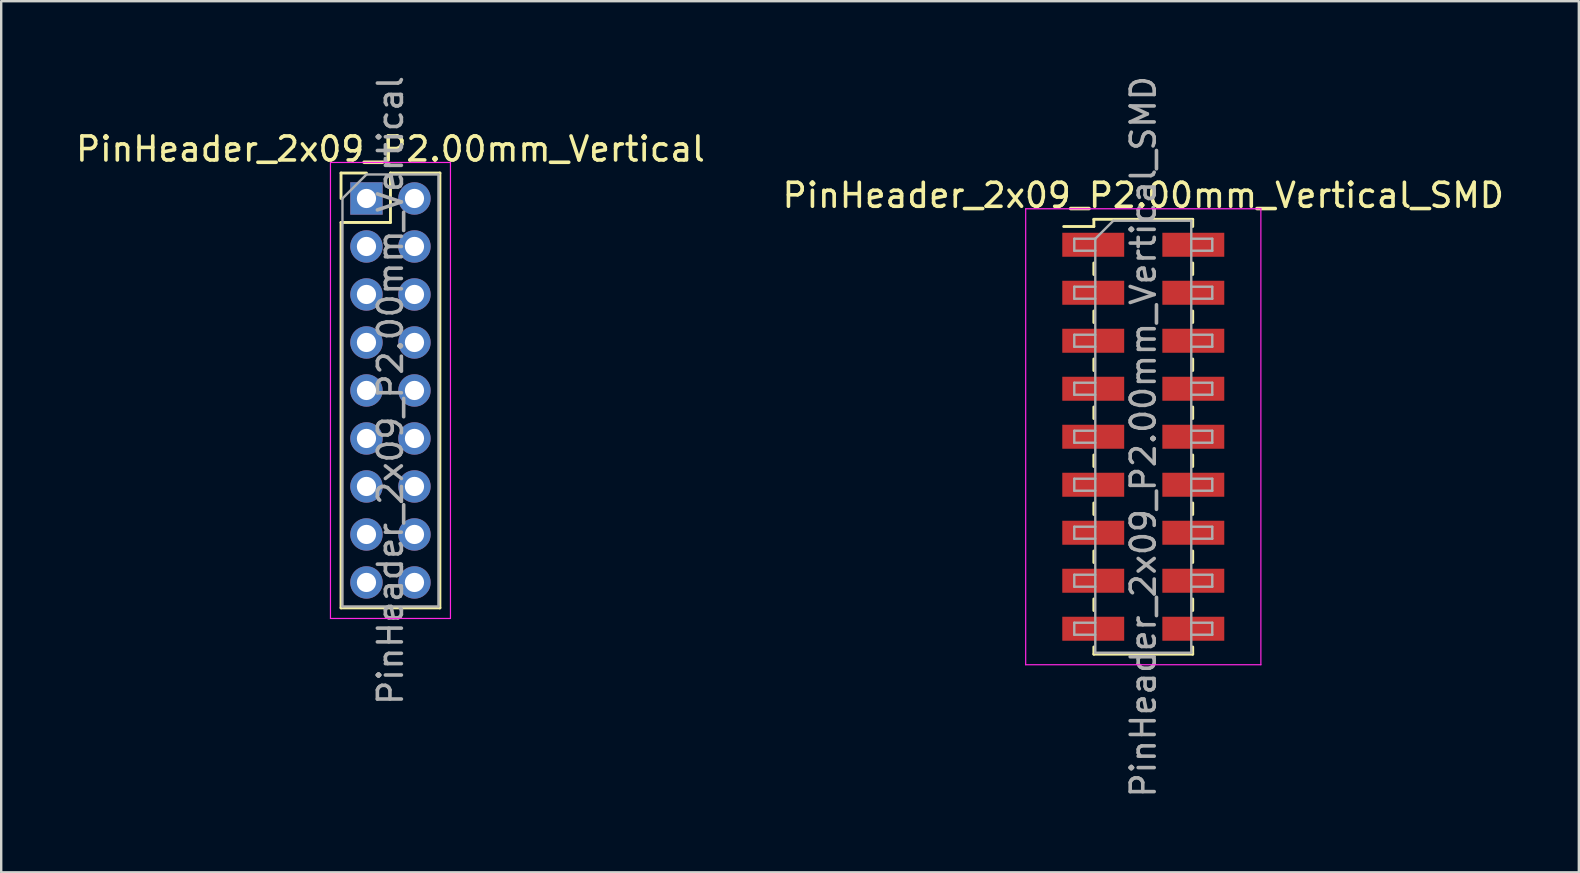
<source format=kicad_pcb>
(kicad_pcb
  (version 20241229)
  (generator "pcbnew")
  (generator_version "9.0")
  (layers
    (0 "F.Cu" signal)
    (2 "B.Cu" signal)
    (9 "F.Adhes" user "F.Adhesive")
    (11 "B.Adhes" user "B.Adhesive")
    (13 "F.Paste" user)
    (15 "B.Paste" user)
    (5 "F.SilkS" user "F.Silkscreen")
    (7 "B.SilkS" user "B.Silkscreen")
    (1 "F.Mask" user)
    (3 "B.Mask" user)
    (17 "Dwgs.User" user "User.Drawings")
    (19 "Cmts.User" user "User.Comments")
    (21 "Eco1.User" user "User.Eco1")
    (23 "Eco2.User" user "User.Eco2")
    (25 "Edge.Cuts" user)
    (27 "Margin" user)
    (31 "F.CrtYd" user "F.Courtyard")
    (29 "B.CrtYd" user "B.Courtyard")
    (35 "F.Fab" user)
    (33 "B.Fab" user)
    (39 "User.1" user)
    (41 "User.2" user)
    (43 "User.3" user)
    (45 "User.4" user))
  (footprint "PinHeader_2x09_P2.00mm_Vertical"
    (layer "F.Cu")
    (at 12.22 5.22)
    (property "Reference" "PinHeader_2x09_P2.00mm_Vertical" (at 1 -2.06 0) (layer "F.SilkS") (effects (font (size 1 1) (thickness 0.15))))
    (attr through_hole)
    (fp_line (start -1.06 -1.06) (end 0 -1.06) (stroke (width 0.12) (type solid)) (layer "F.SilkS"))
    (fp_line (start -1.06 0) (end -1.06 -1.06) (stroke (width 0.12) (type solid)) (layer "F.SilkS"))
    (fp_line (start -1.06 1) (end -1.06 17.06) (stroke (width 0.12) (type solid)) (layer "F.SilkS"))
    (fp_line (start -1.06 1) (end 1 1) (stroke (width 0.12) (type solid)) (layer "F.SilkS"))
    (fp_line (start -1.06 17.06) (end 3.06 17.06) (stroke (width 0.12) (type solid)) (layer "F.SilkS"))
    (fp_line (start 1 -1.06) (end 3.06 -1.06) (stroke (width 0.12) (type solid)) (layer "F.SilkS"))
    (fp_line (start 1 1) (end 1 -1.06) (stroke (width 0.12) (type solid)) (layer "F.SilkS"))
    (fp_line (start 3.06 -1.06) (end 3.06 17.06) (stroke (width 0.12) (type solid)) (layer "F.SilkS"))
    (fp_line (start -1.5 -1.5) (end -1.5 17.5) (stroke (width 0.05) (type solid)) (layer "F.CrtYd"))
    (fp_line (start -1.5 17.5) (end 3.5 17.5) (stroke (width 0.05) (type solid)) (layer "F.CrtYd"))
    (fp_line (start 3.5 -1.5) (end -1.5 -1.5) (stroke (width 0.05) (type solid)) (layer "F.CrtYd"))
    (fp_line (start 3.5 17.5) (end 3.5 -1.5) (stroke (width 0.05) (type solid)) (layer "F.CrtYd"))
    (fp_line (start -1 0) (end 0 -1) (stroke (width 0.1) (type solid)) (layer "F.Fab"))
    (fp_line (start -1 17) (end -1 0) (stroke (width 0.1) (type solid)) (layer "F.Fab"))
    (fp_line (start 0 -1) (end 3 -1) (stroke (width 0.1) (type solid)) (layer "F.Fab"))
    (fp_line (start 3 -1) (end 3 17) (stroke (width 0.1) (type solid)) (layer "F.Fab"))
    (fp_line (start 3 17) (end -1 17) (stroke (width 0.1) (type solid)) (layer "F.Fab"))
    (fp_text user "${REFERENCE}" (at 1 8 90) (layer "F.Fab") (effects (font (size 1 1) (thickness 0.15))))
    (pad "1" thru_hole rect (at 0 0) (size 1.35 1.35) (drill 0.8) (layers "*.Cu" "*.Mask"))
    (pad "2" thru_hole oval (at 2 0) (size 1.35 1.35) (drill 0.8) (layers "*.Cu" "*.Mask"))
    (pad "3" thru_hole oval (at 0 2) (size 1.35 1.35) (drill 0.8) (layers "*.Cu" "*.Mask"))
    (pad "4" thru_hole oval (at 2 2) (size 1.35 1.35) (drill 0.8) (layers "*.Cu" "*.Mask"))
    (pad "5" thru_hole oval (at 0 4) (size 1.35 1.35) (drill 0.8) (layers "*.Cu" "*.Mask"))
    (pad "6" thru_hole oval (at 2 4) (size 1.35 1.35) (drill 0.8) (layers "*.Cu" "*.Mask"))
    (pad "7" thru_hole oval (at 0 6) (size 1.35 1.35) (drill 0.8) (layers "*.Cu" "*.Mask"))
    (pad "8" thru_hole oval (at 2 6) (size 1.35 1.35) (drill 0.8) (layers "*.Cu" "*.Mask"))
    (pad "9" thru_hole oval (at 0 8) (size 1.35 1.35) (drill 0.8) (layers "*.Cu" "*.Mask"))
    (pad "10" thru_hole oval (at 2 8) (size 1.35 1.35) (drill 0.8) (layers "*.Cu" "*.Mask"))
    (pad "11" thru_hole oval (at 0 10) (size 1.35 1.35) (drill 0.8) (layers "*.Cu" "*.Mask"))
    (pad "12" thru_hole oval (at 2 10) (size 1.35 1.35) (drill 0.8) (layers "*.Cu" "*.Mask"))
    (pad "13" thru_hole oval (at 0 12) (size 1.35 1.35) (drill 0.8) (layers "*.Cu" "*.Mask"))
    (pad "14" thru_hole oval (at 2 12) (size 1.35 1.35) (drill 0.8) (layers "*.Cu" "*.Mask"))
    (pad "15" thru_hole oval (at 0 14) (size 1.35 1.35) (drill 0.8) (layers "*.Cu" "*.Mask"))
    (pad "16" thru_hole oval (at 2 14) (size 1.35 1.35) (drill 0.8) (layers "*.Cu" "*.Mask"))
    (pad "17" thru_hole oval (at 0 16) (size 1.35 1.35) (drill 0.8) (layers "*.Cu" "*.Mask"))
    (pad "18" thru_hole oval (at 2 16) (size 1.35 1.35) (drill 0.8) (layers "*.Cu" "*.Mask")))
  (footprint "PinHeader_2x09_P2.00mm_Vertical_SMD"
    (layer "F.Cu")
    (at 44.589 15.149)
    (property "Reference" "PinHeader_2x09_P2.00mm_Vertical_SMD" (at 0 -10.06 0) (layer "F.SilkS") (effects (font (size 1 1) (thickness 0.15))))
    (attr smd)
    (fp_line (start -3.315 -8.76) (end -2.06 -8.76) (stroke (width 0.12) (type solid)) (layer "F.SilkS"))
    (fp_line (start -2.06 -9.06) (end -2.06 -8.76) (stroke (width 0.12) (type solid)) (layer "F.SilkS"))
    (fp_line (start -2.06 -9.06) (end 2.06 -9.06) (stroke (width 0.12) (type solid)) (layer "F.SilkS"))
    (fp_line (start -2.06 -7.24) (end -2.06 -6.76) (stroke (width 0.12) (type solid)) (layer "F.SilkS"))
    (fp_line (start -2.06 -5.24) (end -2.06 -4.76) (stroke (width 0.12) (type solid)) (layer "F.SilkS"))
    (fp_line (start -2.06 -3.24) (end -2.06 -2.76) (stroke (width 0.12) (type solid)) (layer "F.SilkS"))
    (fp_line (start -2.06 -1.24) (end -2.06 -0.76) (stroke (width 0.12) (type solid)) (layer "F.SilkS"))
    (fp_line (start -2.06 0.76) (end -2.06 1.24) (stroke (width 0.12) (type solid)) (layer "F.SilkS"))
    (fp_line (start -2.06 2.76) (end -2.06 3.24) (stroke (width 0.12) (type solid)) (layer "F.SilkS"))
    (fp_line (start -2.06 4.76) (end -2.06 5.24) (stroke (width 0.12) (type solid)) (layer "F.SilkS"))
    (fp_line (start -2.06 6.76) (end -2.06 7.24) (stroke (width 0.12) (type solid)) (layer "F.SilkS"))
    (fp_line (start -2.06 8.76) (end -2.06 9.06) (stroke (width 0.12) (type solid)) (layer "F.SilkS"))
    (fp_line (start -2.06 9.06) (end 2.06 9.06) (stroke (width 0.12) (type solid)) (layer "F.SilkS"))
    (fp_line (start 2.06 -9.06) (end 2.06 -8.76) (stroke (width 0.12) (type solid)) (layer "F.SilkS"))
    (fp_line (start 2.06 -7.24) (end 2.06 -6.76) (stroke (width 0.12) (type solid)) (layer "F.SilkS"))
    (fp_line (start 2.06 -5.24) (end 2.06 -4.76) (stroke (width 0.12) (type solid)) (layer "F.SilkS"))
    (fp_line (start 2.06 -3.24) (end 2.06 -2.76) (stroke (width 0.12) (type solid)) (layer "F.SilkS"))
    (fp_line (start 2.06 -1.24) (end 2.06 -0.76) (stroke (width 0.12) (type solid)) (layer "F.SilkS"))
    (fp_line (start 2.06 0.76) (end 2.06 1.24) (stroke (width 0.12) (type solid)) (layer "F.SilkS"))
    (fp_line (start 2.06 2.76) (end 2.06 3.24) (stroke (width 0.12) (type solid)) (layer "F.SilkS"))
    (fp_line (start 2.06 4.76) (end 2.06 5.24) (stroke (width 0.12) (type solid)) (layer "F.SilkS"))
    (fp_line (start 2.06 6.76) (end 2.06 7.24) (stroke (width 0.12) (type solid)) (layer "F.SilkS"))
    (fp_line (start 2.06 8.76) (end 2.06 9.06) (stroke (width 0.12) (type solid)) (layer "F.SilkS"))
    (fp_line (start -4.9 -9.5) (end -4.9 9.5) (stroke (width 0.05) (type solid)) (layer "F.CrtYd"))
    (fp_line (start -4.9 9.5) (end 4.9 9.5) (stroke (width 0.05) (type solid)) (layer "F.CrtYd"))
    (fp_line (start 4.9 -9.5) (end -4.9 -9.5) (stroke (width 0.05) (type solid)) (layer "F.CrtYd"))
    (fp_line (start 4.9 9.5) (end 4.9 -9.5) (stroke (width 0.05) (type solid)) (layer "F.CrtYd"))
    (fp_line (start -2.875 -8.25) (end -2.875 -7.75) (stroke (width 0.1) (type solid)) (layer "F.Fab"))
    (fp_line (start -2.875 -7.75) (end -2 -7.75) (stroke (width 0.1) (type solid)) (layer "F.Fab"))
    (fp_line (start -2.875 -6.25) (end -2.875 -5.75) (stroke (width 0.1) (type solid)) (layer "F.Fab"))
    (fp_line (start -2.875 -5.75) (end -2 -5.75) (stroke (width 0.1) (type solid)) (layer "F.Fab"))
    (fp_line (start -2.875 -4.25) (end -2.875 -3.75) (stroke (width 0.1) (type solid)) (layer "F.Fab"))
    (fp_line (start -2.875 -3.75) (end -2 -3.75) (stroke (width 0.1) (type solid)) (layer "F.Fab"))
    (fp_line (start -2.875 -2.25) (end -2.875 -1.75) (stroke (width 0.1) (type solid)) (layer "F.Fab"))
    (fp_line (start -2.875 -1.75) (end -2 -1.75) (stroke (width 0.1) (type solid)) (layer "F.Fab"))
    (fp_line (start -2.875 -0.25) (end -2.875 0.25) (stroke (width 0.1) (type solid)) (layer "F.Fab"))
    (fp_line (start -2.875 0.25) (end -2 0.25) (stroke (width 0.1) (type solid)) (layer "F.Fab"))
    (fp_line (start -2.875 1.75) (end -2.875 2.25) (stroke (width 0.1) (type solid)) (layer "F.Fab"))
    (fp_line (start -2.875 2.25) (end -2 2.25) (stroke (width 0.1) (type solid)) (layer "F.Fab"))
    (fp_line (start -2.875 3.75) (end -2.875 4.25) (stroke (width 0.1) (type solid)) (layer "F.Fab"))
    (fp_line (start -2.875 4.25) (end -2 4.25) (stroke (width 0.1) (type solid)) (layer "F.Fab"))
    (fp_line (start -2.875 5.75) (end -2.875 6.25) (stroke (width 0.1) (type solid)) (layer "F.Fab"))
    (fp_line (start -2.875 6.25) (end -2 6.25) (stroke (width 0.1) (type solid)) (layer "F.Fab"))
    (fp_line (start -2.875 7.75) (end -2.875 8.25) (stroke (width 0.1) (type solid)) (layer "F.Fab"))
    (fp_line (start -2.875 8.25) (end -2 8.25) (stroke (width 0.1) (type solid)) (layer "F.Fab"))
    (fp_line (start -2 -8.25) (end -2.875 -8.25) (stroke (width 0.1) (type solid)) (layer "F.Fab"))
    (fp_line (start -2 -8.25) (end -1.25 -9) (stroke (width 0.1) (type solid)) (layer "F.Fab"))
    (fp_line (start -2 -6.25) (end -2.875 -6.25) (stroke (width 0.1) (type solid)) (layer "F.Fab"))
    (fp_line (start -2 -4.25) (end -2.875 -4.25) (stroke (width 0.1) (type solid)) (layer "F.Fab"))
    (fp_line (start -2 -2.25) (end -2.875 -2.25) (stroke (width 0.1) (type solid)) (layer "F.Fab"))
    (fp_line (start -2 -0.25) (end -2.875 -0.25) (stroke (width 0.1) (type solid)) (layer "F.Fab"))
    (fp_line (start -2 1.75) (end -2.875 1.75) (stroke (width 0.1) (type solid)) (layer "F.Fab"))
    (fp_line (start -2 3.75) (end -2.875 3.75) (stroke (width 0.1) (type solid)) (layer "F.Fab"))
    (fp_line (start -2 5.75) (end -2.875 5.75) (stroke (width 0.1) (type solid)) (layer "F.Fab"))
    (fp_line (start -2 7.75) (end -2.875 7.75) (stroke (width 0.1) (type solid)) (layer "F.Fab"))
    (fp_line (start -2 9) (end -2 -8.25) (stroke (width 0.1) (type solid)) (layer "F.Fab"))
    (fp_line (start -1.25 -9) (end 2 -9) (stroke (width 0.1) (type solid)) (layer "F.Fab"))
    (fp_line (start 2 -9) (end 2 9) (stroke (width 0.1) (type solid)) (layer "F.Fab"))
    (fp_line (start 2 -8.25) (end 2.875 -8.25) (stroke (width 0.1) (type solid)) (layer "F.Fab"))
    (fp_line (start 2 -6.25) (end 2.875 -6.25) (stroke (width 0.1) (type solid)) (layer "F.Fab"))
    (fp_line (start 2 -4.25) (end 2.875 -4.25) (stroke (width 0.1) (type solid)) (layer "F.Fab"))
    (fp_line (start 2 -2.25) (end 2.875 -2.25) (stroke (width 0.1) (type solid)) (layer "F.Fab"))
    (fp_line (start 2 -0.25) (end 2.875 -0.25) (stroke (width 0.1) (type solid)) (layer "F.Fab"))
    (fp_line (start 2 1.75) (end 2.875 1.75) (stroke (width 0.1) (type solid)) (layer "F.Fab"))
    (fp_line (start 2 3.75) (end 2.875 3.75) (stroke (width 0.1) (type solid)) (layer "F.Fab"))
    (fp_line (start 2 5.75) (end 2.875 5.75) (stroke (width 0.1) (type solid)) (layer "F.Fab"))
    (fp_line (start 2 7.75) (end 2.875 7.75) (stroke (width 0.1) (type solid)) (layer "F.Fab"))
    (fp_line (start 2 9) (end -2 9) (stroke (width 0.1) (type solid)) (layer "F.Fab"))
    (fp_line (start 2.875 -8.25) (end 2.875 -7.75) (stroke (width 0.1) (type solid)) (layer "F.Fab"))
    (fp_line (start 2.875 -7.75) (end 2 -7.75) (stroke (width 0.1) (type solid)) (layer "F.Fab"))
    (fp_line (start 2.875 -6.25) (end 2.875 -5.75) (stroke (width 0.1) (type solid)) (layer "F.Fab"))
    (fp_line (start 2.875 -5.75) (end 2 -5.75) (stroke (width 0.1) (type solid)) (layer "F.Fab"))
    (fp_line (start 2.875 -4.25) (end 2.875 -3.75) (stroke (width 0.1) (type solid)) (layer "F.Fab"))
    (fp_line (start 2.875 -3.75) (end 2 -3.75) (stroke (width 0.1) (type solid)) (layer "F.Fab"))
    (fp_line (start 2.875 -2.25) (end 2.875 -1.75) (stroke (width 0.1) (type solid)) (layer "F.Fab"))
    (fp_line (start 2.875 -1.75) (end 2 -1.75) (stroke (width 0.1) (type solid)) (layer "F.Fab"))
    (fp_line (start 2.875 -0.25) (end 2.875 0.25) (stroke (width 0.1) (type solid)) (layer "F.Fab"))
    (fp_line (start 2.875 0.25) (end 2 0.25) (stroke (width 0.1) (type solid)) (layer "F.Fab"))
    (fp_line (start 2.875 1.75) (end 2.875 2.25) (stroke (width 0.1) (type solid)) (layer "F.Fab"))
    (fp_line (start 2.875 2.25) (end 2 2.25) (stroke (width 0.1) (type solid)) (layer "F.Fab"))
    (fp_line (start 2.875 3.75) (end 2.875 4.25) (stroke (width 0.1) (type solid)) (layer "F.Fab"))
    (fp_line (start 2.875 4.25) (end 2 4.25) (stroke (width 0.1) (type solid)) (layer "F.Fab"))
    (fp_line (start 2.875 5.75) (end 2.875 6.25) (stroke (width 0.1) (type solid)) (layer "F.Fab"))
    (fp_line (start 2.875 6.25) (end 2 6.25) (stroke (width 0.1) (type solid)) (layer "F.Fab"))
    (fp_line (start 2.875 7.75) (end 2.875 8.25) (stroke (width 0.1) (type solid)) (layer "F.Fab"))
    (fp_line (start 2.875 8.25) (end 2 8.25) (stroke (width 0.1) (type solid)) (layer "F.Fab"))
    (fp_text user "${REFERENCE}" (at 0 0 90) (layer "F.Fab") (effects (font (size 1 1) (thickness 0.15))))
    (pad "1" smd rect (at -2.085 -8) (size 2.58 1) (layers "F.Cu" "F.Mask" "F.Paste"))
    (pad "2" smd rect (at 2.085 -8) (size 2.58 1) (layers "F.Cu" "F.Mask" "F.Paste"))
    (pad "3" smd rect (at -2.085 -6) (size 2.58 1) (layers "F.Cu" "F.Mask" "F.Paste"))
    (pad "4" smd rect (at 2.085 -6) (size 2.58 1) (layers "F.Cu" "F.Mask" "F.Paste"))
    (pad "5" smd rect (at -2.085 -4) (size 2.58 1) (layers "F.Cu" "F.Mask" "F.Paste"))
    (pad "6" smd rect (at 2.085 -4) (size 2.58 1) (layers "F.Cu" "F.Mask" "F.Paste"))
    (pad "7" smd rect (at -2.085 -2) (size 2.58 1) (layers "F.Cu" "F.Mask" "F.Paste"))
    (pad "8" smd rect (at 2.085 -2) (size 2.58 1) (layers "F.Cu" "F.Mask" "F.Paste"))
    (pad "9" smd rect (at -2.085 0) (size 2.58 1) (layers "F.Cu" "F.Mask" "F.Paste"))
    (pad "10" smd rect (at 2.085 0) (size 2.58 1) (layers "F.Cu" "F.Mask" "F.Paste"))
    (pad "11" smd rect (at -2.085 2) (size 2.58 1) (layers "F.Cu" "F.Mask" "F.Paste"))
    (pad "12" smd rect (at 2.085 2) (size 2.58 1) (layers "F.Cu" "F.Mask" "F.Paste"))
    (pad "13" smd rect (at -2.085 4) (size 2.58 1) (layers "F.Cu" "F.Mask" "F.Paste"))
    (pad "14" smd rect (at 2.085 4) (size 2.58 1) (layers "F.Cu" "F.Mask" "F.Paste"))
    (pad "15" smd rect (at -2.085 6) (size 2.58 1) (layers "F.Cu" "F.Mask" "F.Paste"))
    (pad "16" smd rect (at 2.085 6) (size 2.58 1) (layers "F.Cu" "F.Mask" "F.Paste"))
    (pad "17" smd rect (at -2.085 8) (size 2.58 1) (layers "F.Cu" "F.Mask" "F.Paste"))
    (pad "18" smd rect (at 2.085 8) (size 2.58 1) (layers "F.Cu" "F.Mask" "F.Paste")))
  (gr_rect
    (start -3 -3)
    (end 62.738 33.298)
    (stroke (width 0.1) (type default))
    (fill no)
    (layer "Edge.Cuts")))
</source>
